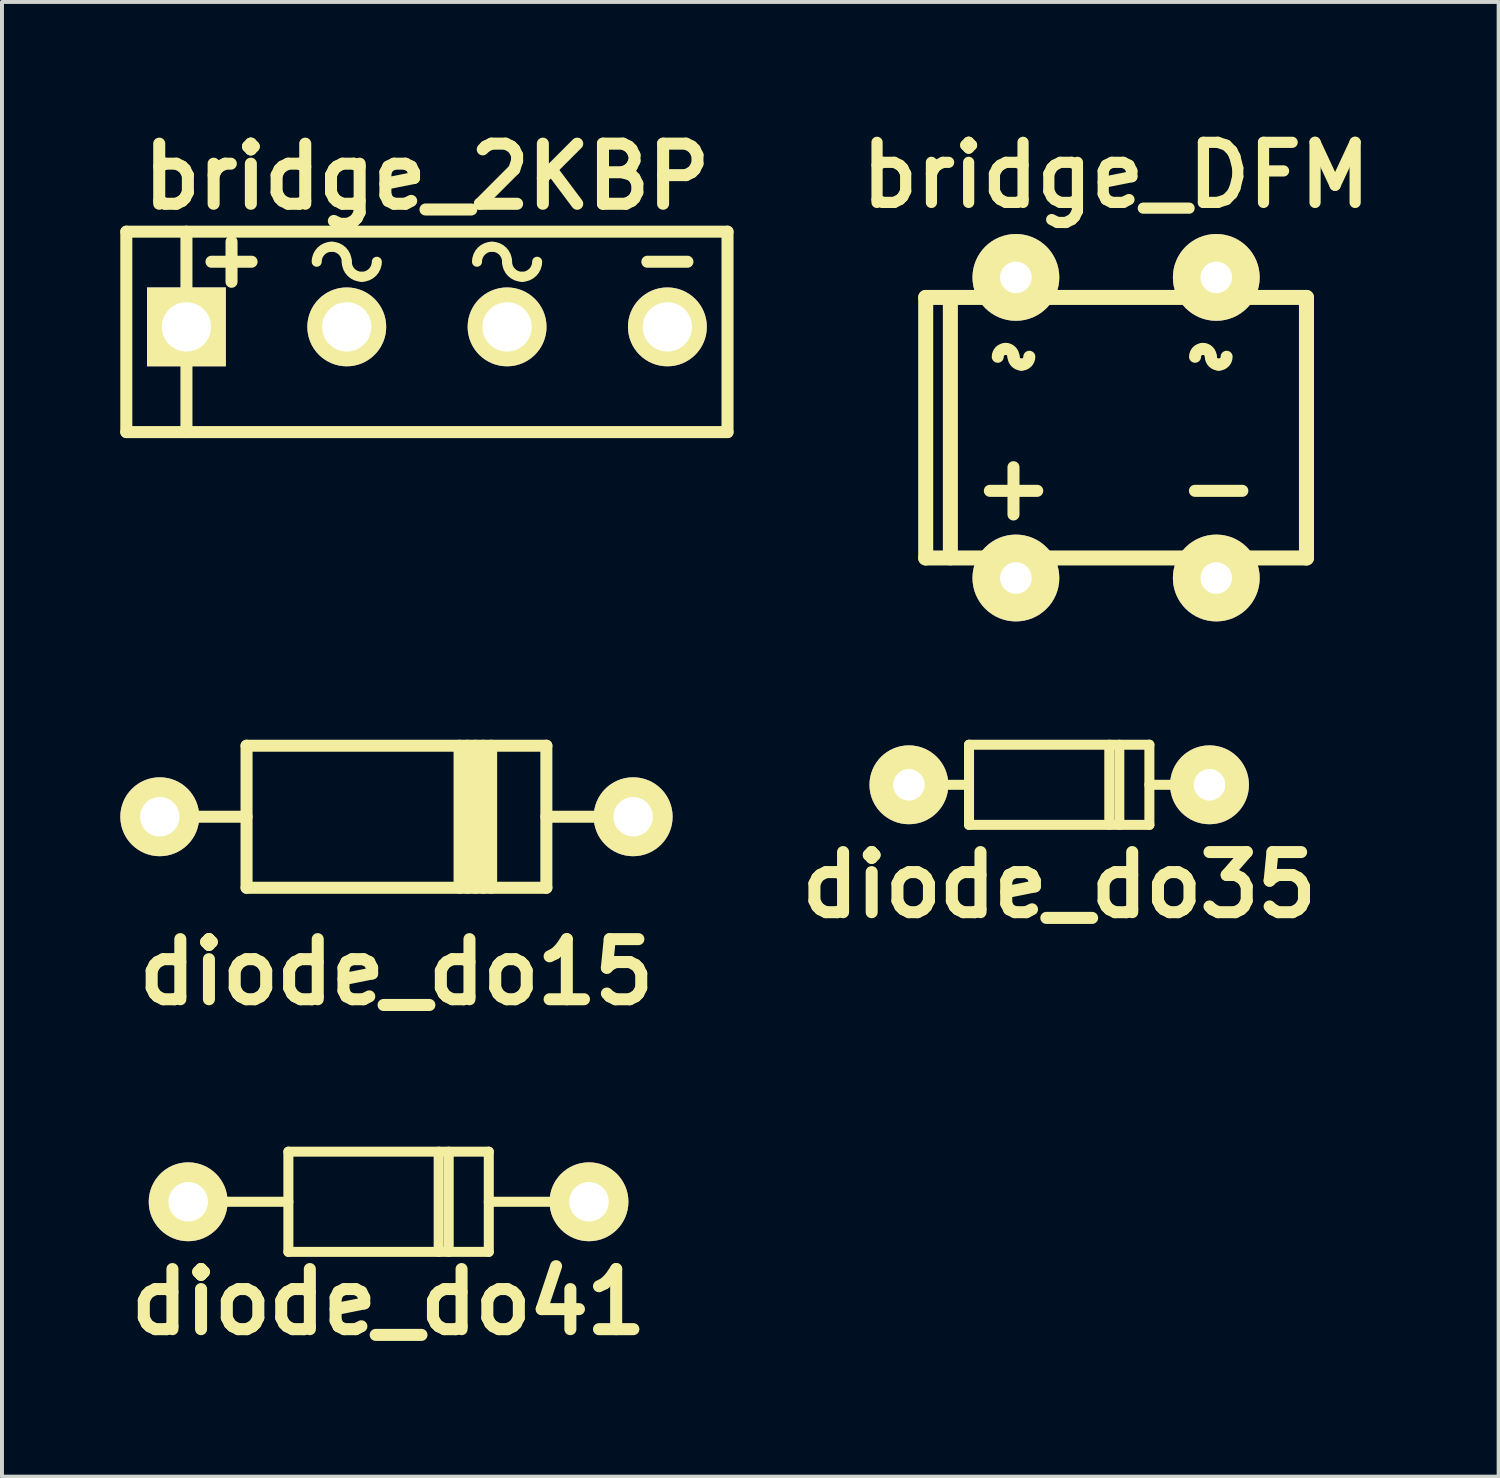
<source format=kicad_pcb>
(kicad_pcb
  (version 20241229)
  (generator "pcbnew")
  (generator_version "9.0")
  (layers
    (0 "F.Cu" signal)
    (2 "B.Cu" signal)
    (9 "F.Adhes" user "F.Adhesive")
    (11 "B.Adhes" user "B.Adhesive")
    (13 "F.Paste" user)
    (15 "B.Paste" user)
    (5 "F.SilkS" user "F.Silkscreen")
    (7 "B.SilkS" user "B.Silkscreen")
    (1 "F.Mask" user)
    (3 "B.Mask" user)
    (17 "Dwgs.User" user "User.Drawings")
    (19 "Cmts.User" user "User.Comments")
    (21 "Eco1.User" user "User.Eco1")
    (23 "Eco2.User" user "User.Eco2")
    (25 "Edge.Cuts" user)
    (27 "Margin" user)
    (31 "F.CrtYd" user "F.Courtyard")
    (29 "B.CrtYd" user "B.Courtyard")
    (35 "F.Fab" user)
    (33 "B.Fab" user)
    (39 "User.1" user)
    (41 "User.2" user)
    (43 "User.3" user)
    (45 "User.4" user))
  (footprint "diode_do35"
    (layer "F.Cu")
    (at 23.8 16.844)
    (property "Reference" "diode_do35" (at 0 2.54 0) (layer "F.SilkS") (effects (font (size 1.524 1.524) (thickness 0.305))))
    (attr through_hole)
    (fp_line (start -2.286 -1.016) (end 2.286 -1.016) (stroke (width 0.254) (type solid)) (layer "F.SilkS"))
    (fp_line (start -2.286 0) (end -3.81 0) (stroke (width 0.254) (type solid)) (layer "F.SilkS"))
    (fp_line (start -2.286 1.016) (end -2.286 -1.016) (stroke (width 0.254) (type solid)) (layer "F.SilkS"))
    (fp_line (start 1.27 -1.016) (end 1.27 1.016) (stroke (width 0.254) (type solid)) (layer "F.SilkS"))
    (fp_line (start 1.524 1.016) (end 1.524 -1.016) (stroke (width 0.254) (type solid)) (layer "F.SilkS"))
    (fp_line (start 2.286 -1.016) (end 2.286 1.016) (stroke (width 0.254) (type solid)) (layer "F.SilkS"))
    (fp_line (start 2.286 1.016) (end -2.286 1.016) (stroke (width 0.254) (type solid)) (layer "F.SilkS"))
    (fp_line (start 3.81 0) (end 2.286 0) (stroke (width 0.254) (type solid)) (layer "F.SilkS"))
    (pad "1" thru_hole circle (at -3.81 0) (size 1.999 1.999) (drill 0.8) (layers "*.Cu" "*.Mask" "F.SilkS"))
    (pad "2" thru_hole circle (at 3.81 0) (size 1.999 1.999) (drill 0.8) (layers "*.Cu" "*.Mask" "F.SilkS")))
  (footprint "diode_do15"
    (layer "F.Cu")
    (at 7 17.654)
    (property "Reference" "diode_do15" (at 0 3.937 0) (layer "F.SilkS") (effects (font (size 1.524 1.524) (thickness 0.305))))
    (attr through_hole)
    (fp_line (start -6 0) (end -3.8 0) (stroke (width 0.305) (type solid)) (layer "F.SilkS"))
    (fp_line (start -3.8 -1.8) (end 3.8 -1.8) (stroke (width 0.305) (type solid)) (layer "F.SilkS"))
    (fp_line (start -3.8 1.8) (end -3.8 -1.8) (stroke (width 0.305) (type solid)) (layer "F.SilkS"))
    (fp_line (start 1.6 -1.8) (end 1.6 1.8) (stroke (width 0.305) (type solid)) (layer "F.SilkS"))
    (fp_line (start 1.8 1.8) (end 1.8 -1.8) (stroke (width 0.305) (type solid)) (layer "F.SilkS"))
    (fp_line (start 2 1.8) (end 2 -1.8) (stroke (width 0.305) (type solid)) (layer "F.SilkS"))
    (fp_line (start 2.2 -1.8) (end 2.2 1.8) (stroke (width 0.305) (type solid)) (layer "F.SilkS"))
    (fp_line (start 2.4 1.8) (end 2.4 -1.8) (stroke (width 0.305) (type solid)) (layer "F.SilkS"))
    (fp_line (start 3.8 -1.8) (end 3.8 1.8) (stroke (width 0.305) (type solid)) (layer "F.SilkS"))
    (fp_line (start 3.8 1.8) (end -3.8 1.8) (stroke (width 0.305) (type solid)) (layer "F.SilkS"))
    (fp_line (start 6 0) (end 3.8 0) (stroke (width 0.305) (type solid)) (layer "F.SilkS"))
    (pad "1" thru_hole circle (at -6 0) (size 2 2) (drill 1) (layers "*.Cu" "*.Mask" "F.SilkS"))
    (pad "2" thru_hole circle (at 6 0) (size 2 2) (drill 1) (layers "*.Cu" "*.Mask" "F.SilkS")))
  (footprint "bridge_2KBP"
    (layer "F.Cu")
    (at 7.772 5.236)
    (property "Reference" "bridge_2KBP" (at 0 -3.81 0) (layer "F.SilkS") (effects (font (size 1.524 1.524) (thickness 0.305))))
    (attr through_hole)
    (fp_line (start -7.62 -2.413) (end 7.62 -2.413) (stroke (width 0.305) (type solid)) (layer "F.SilkS"))
    (fp_line (start -7.62 2.667) (end -7.62 -2.413) (stroke (width 0.305) (type solid)) (layer "F.SilkS"))
    (fp_line (start -6.096 -2.413) (end -6.096 2.667) (stroke (width 0.305) (type solid)) (layer "F.SilkS"))
    (fp_line (start -4.953 -2.159) (end -4.953 -1.143) (stroke (width 0.305) (type solid)) (layer "F.SilkS"))
    (fp_line (start -4.445 -1.651) (end -5.461 -1.651) (stroke (width 0.305) (type solid)) (layer "F.SilkS"))
    (fp_line (start 6.604 -1.651) (end 5.588 -1.651) (stroke (width 0.305) (type solid)) (layer "F.SilkS"))
    (fp_line (start 7.62 -2.413) (end 7.62 2.667) (stroke (width 0.305) (type solid)) (layer "F.SilkS"))
    (fp_line (start 7.62 2.667) (end -7.62 2.667) (stroke (width 0.305) (type solid)) (layer "F.SilkS"))
    (fp_arc (start -2.794 -1.651) (mid -2.682408 -1.920408) (end -2.413 -2.032) (stroke (width 0.254) (type solid)) (layer "F.SilkS"))
    (fp_arc (start -2.413 -2.032) (mid -2.143592 -1.920408) (end -2.032 -1.651) (stroke (width 0.254) (type solid)) (layer "F.SilkS"))
    (fp_arc (start -1.651 -1.27) (mid -1.920408 -1.381592) (end -2.032 -1.651) (stroke (width 0.254) (type solid)) (layer "F.SilkS"))
    (fp_arc (start -1.27 -1.651) (mid -1.381592 -1.381592) (end -1.651 -1.27) (stroke (width 0.254) (type solid)) (layer "F.SilkS"))
    (fp_arc (start 1.27 -1.651) (mid 1.381592 -1.920408) (end 1.651 -2.032) (stroke (width 0.254) (type solid)) (layer "F.SilkS"))
    (fp_arc (start 1.651 -2.032) (mid 1.920408 -1.920408) (end 2.032 -1.651) (stroke (width 0.254) (type solid)) (layer "F.SilkS"))
    (fp_arc (start 2.413 -1.27) (mid 2.143592 -1.381592) (end 2.032 -1.651) (stroke (width 0.254) (type solid)) (layer "F.SilkS"))
    (fp_arc (start 2.794 -1.651) (mid 2.682408 -1.381592) (end 2.413 -1.27) (stroke (width 0.254) (type solid)) (layer "F.SilkS"))
    (pad "1" thru_hole rect (at -6.096 0) (size 1.999 1.999) (drill 1.25) (layers "*.Cu" "*.Mask" "F.SilkS"))
    (pad "2" thru_hole circle (at -2.032 0) (size 1.999 1.999) (drill 1.25) (layers "*.Cu" "*.Mask" "F.SilkS"))
    (pad "3" thru_hole circle (at 2.032 0) (size 1.999 1.999) (drill 1.25) (layers "*.Cu" "*.Mask" "F.SilkS"))
    (pad "4" thru_hole circle (at 6.096 0) (size 1.999 1.999) (drill 1.25) (layers "*.Cu" "*.Mask" "F.SilkS")))
  (footprint "diode_do41"
    (layer "F.Cu")
    (at 6.8 27.414)
    (property "Reference" "diode_do41" (at 0 2.54 0) (layer "F.SilkS") (effects (font (size 1.524 1.524) (thickness 0.305))))
    (attr through_hole)
    (fp_line (start -2.54 -1.27) (end -2.54 1.27) (stroke (width 0.254) (type solid)) (layer "F.SilkS"))
    (fp_line (start -2.54 -1.27) (end 2.54 -1.27) (stroke (width 0.254) (type solid)) (layer "F.SilkS"))
    (fp_line (start -2.54 0) (end -4.826 0) (stroke (width 0.254) (type solid)) (layer "F.SilkS"))
    (fp_line (start 1.27 -1.27) (end 1.27 1.27) (stroke (width 0.254) (type solid)) (layer "F.SilkS"))
    (fp_line (start 1.524 1.27) (end 1.524 -1.27) (stroke (width 0.254) (type solid)) (layer "F.SilkS"))
    (fp_line (start 2.54 -1.27) (end 2.54 1.27) (stroke (width 0.254) (type solid)) (layer "F.SilkS"))
    (fp_line (start 2.54 1.27) (end -2.54 1.27) (stroke (width 0.254) (type solid)) (layer "F.SilkS"))
    (fp_line (start 4.826 0) (end 2.54 0) (stroke (width 0.254) (type solid)) (layer "F.SilkS"))
    (pad "1" thru_hole circle (at -5.08 0) (size 1.999 1.999) (drill 1.001) (layers "*.Cu" "*.Mask" "F.SilkS"))
    (pad "2" thru_hole circle (at 5.08 0) (size 1.999 1.999) (drill 1.001) (layers "*.Cu" "*.Mask" "F.SilkS")))
  (footprint "bridge_DFM"
    (layer "F.Cu")
    (at 25.242 7.792)
    (property "Reference" "bridge_DFM" (at 0 -6.401 0) (layer "F.SilkS") (effects (font (size 1.524 1.524) (thickness 0.284))))
    (attr through_hole)
    (fp_line (start -4.826 -3.302) (end 4.826 -3.302) (stroke (width 0.381) (type solid)) (layer "F.SilkS"))
    (fp_line (start -4.826 3.302) (end -4.826 -3.302) (stroke (width 0.381) (type solid)) (layer "F.SilkS"))
    (fp_line (start -4.201 -3.299) (end -4.201 3.299) (stroke (width 0.381) (type solid)) (layer "F.SilkS"))
    (fp_line (start -2.601 2.2) (end -2.601 1.001) (stroke (width 0.305) (type solid)) (layer "F.SilkS"))
    (fp_line (start -1.999 1.6) (end -3.2 1.6) (stroke (width 0.305) (type solid)) (layer "F.SilkS"))
    (fp_line (start 1.999 1.6) (end 3.2 1.6) (stroke (width 0.305) (type solid)) (layer "F.SilkS"))
    (fp_line (start 4.826 -3.302) (end 4.826 3.302) (stroke (width 0.381) (type solid)) (layer "F.SilkS"))
    (fp_line (start 4.826 3.302) (end -4.826 3.302) (stroke (width 0.381) (type solid)) (layer "F.SilkS"))
    (fp_arc (start -2.99974 -1.79832) (mid -2.941712 -1.938412) (end -2.80162 -1.99644) (stroke (width 0.3048) (type solid)) (layer "F.SilkS"))
    (fp_arc (start -2.80162 -1.99898) (mid -2.659732 -1.940208) (end -2.60096 -1.79832) (stroke (width 0.3048) (type solid)) (layer "F.SilkS"))
    (fp_arc (start -2.4003 -1.6002) (mid -2.540392 -1.658228) (end -2.59842 -1.79832) (stroke (width 0.3048) (type solid)) (layer "F.SilkS"))
    (fp_arc (start -2.19964 -1.79832) (mid -2.258412 -1.656432) (end -2.4003 -1.59766) (stroke (width 0.3048) (type solid)) (layer "F.SilkS"))
    (fp_arc (start 2.00152 -1.79832) (mid 2.059548 -1.938412) (end 2.19964 -1.99644) (stroke (width 0.3048) (type solid)) (layer "F.SilkS"))
    (fp_arc (start 2.19964 -1.99898) (mid 2.341528 -1.940208) (end 2.4003 -1.79832) (stroke (width 0.3048) (type solid)) (layer "F.SilkS"))
    (fp_arc (start 2.60096 -1.6002) (mid 2.460868 -1.658228) (end 2.40284 -1.79832) (stroke (width 0.3048) (type solid)) (layer "F.SilkS"))
    (fp_arc (start 2.80162 -1.79832) (mid 2.742848 -1.656432) (end 2.60096 -1.59766) (stroke (width 0.3048) (type solid)) (layer "F.SilkS"))
    (pad "1" thru_hole oval (at -2.54 3.81) (size 2.2 2.2) (drill 0.8) (layers "*.Cu" "*.Mask" "F.SilkS"))
    (pad "2" thru_hole oval (at -2.54 -3.81) (size 2.2 2.2) (drill 0.8) (layers "*.Cu" "*.Mask" "F.SilkS"))
    (pad "3" thru_hole oval (at 2.54 -3.81) (size 2.2 2.2) (drill 0.8) (layers "*.Cu" "*.Mask" "F.SilkS"))
    (pad "4" thru_hole oval (at 2.54 3.81) (size 2.2 2.2) (drill 0.8) (layers "*.Cu" "*.Mask" "F.SilkS")))
  (gr_rect
    (start -3 -3)
    (end 34.939 34.381)
    (stroke (width 0.1) (type default))
    (fill no)
    (layer "Edge.Cuts")))
</source>
